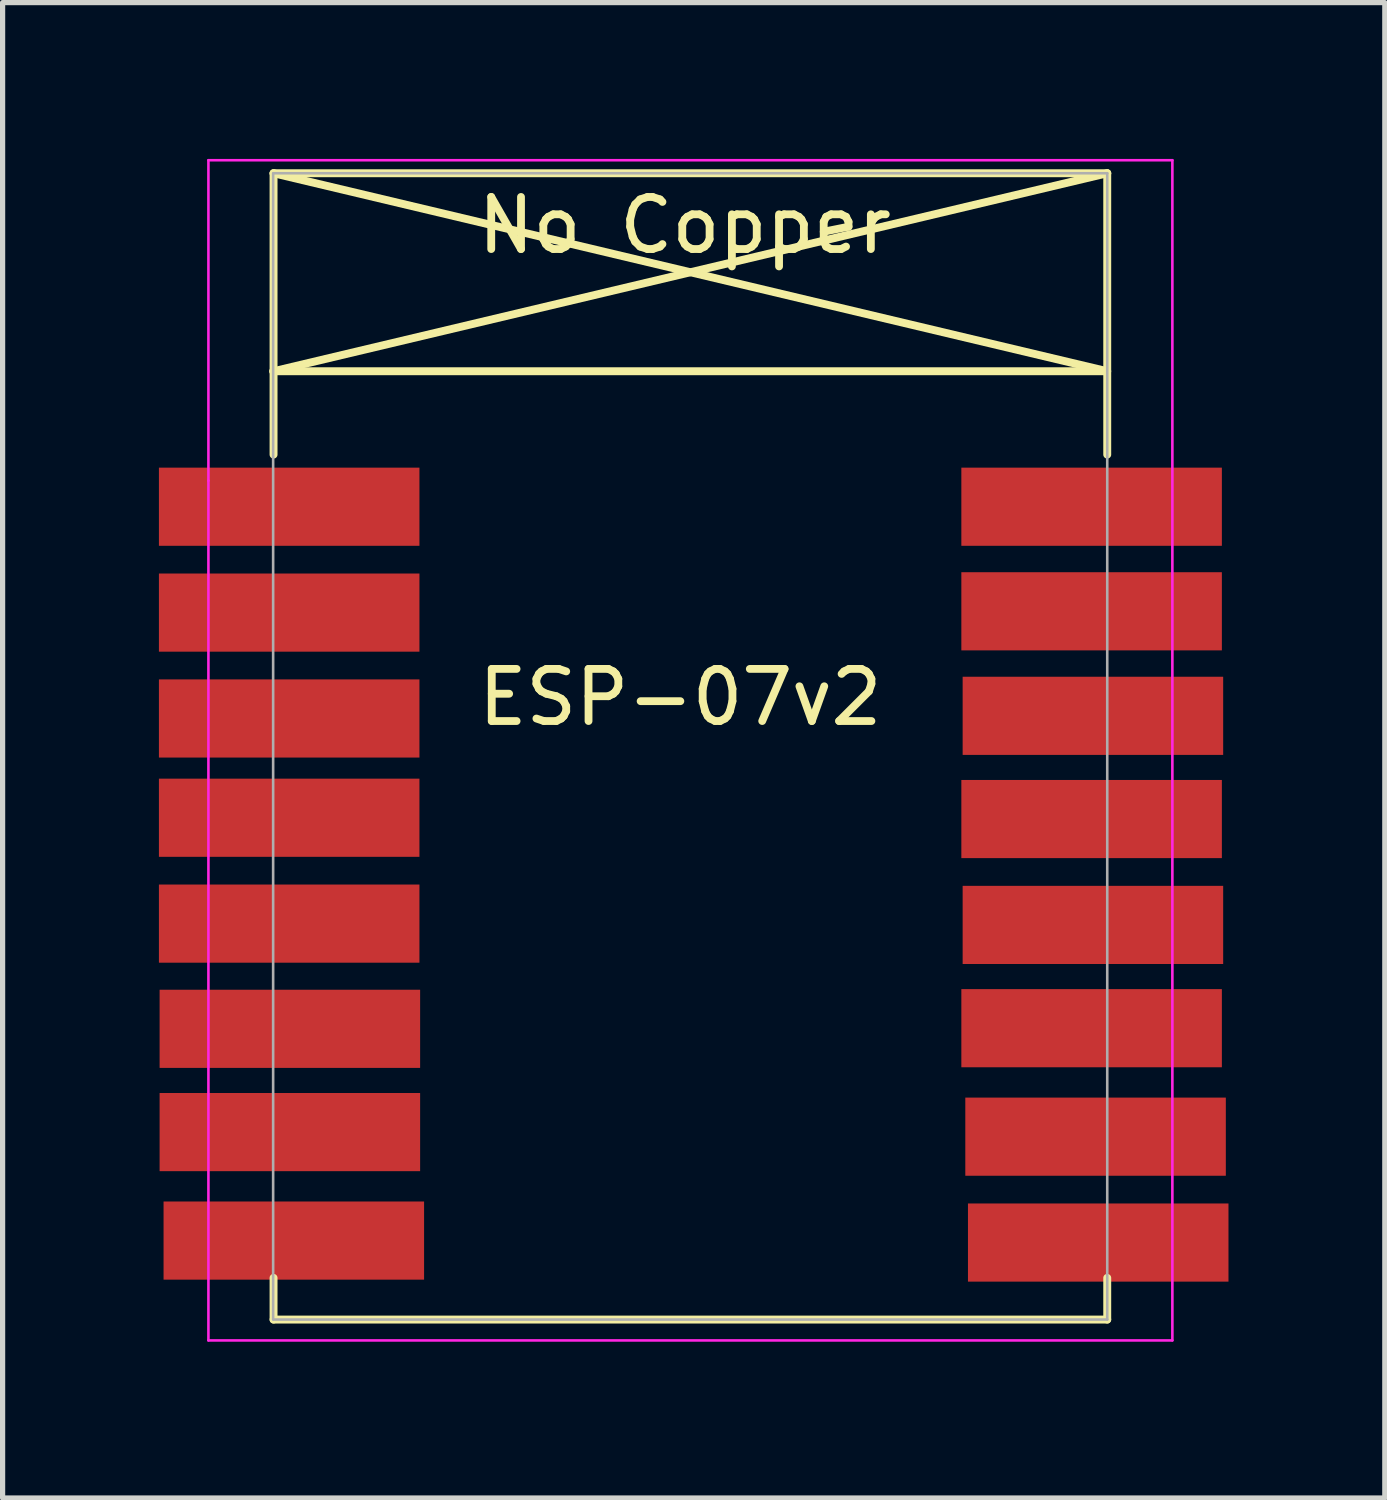
<source format=kicad_pcb>
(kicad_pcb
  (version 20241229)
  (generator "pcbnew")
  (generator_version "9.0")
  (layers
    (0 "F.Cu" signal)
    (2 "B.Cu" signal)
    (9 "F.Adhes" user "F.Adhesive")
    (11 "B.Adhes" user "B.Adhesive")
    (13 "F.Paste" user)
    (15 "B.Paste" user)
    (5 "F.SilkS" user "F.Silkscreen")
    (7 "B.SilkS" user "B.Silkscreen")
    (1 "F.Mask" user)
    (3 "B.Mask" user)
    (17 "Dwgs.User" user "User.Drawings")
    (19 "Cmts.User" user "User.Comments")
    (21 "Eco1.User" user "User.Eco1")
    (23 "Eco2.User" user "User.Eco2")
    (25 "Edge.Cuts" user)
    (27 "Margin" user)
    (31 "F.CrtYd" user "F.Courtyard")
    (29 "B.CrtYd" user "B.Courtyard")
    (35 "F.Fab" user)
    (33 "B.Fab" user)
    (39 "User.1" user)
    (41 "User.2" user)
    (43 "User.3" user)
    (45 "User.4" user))
  (footprint "ESP-07v2"
    (layer "F.Cu")
    (at 3.2 6.675)
    (property "Reference" "ESP-07v2" (at 6.807 3.658 180) (layer "F.SilkS") (effects (font (size 1 1) (thickness 0.15))))
    (attr through_hole)
    (fp_line (start -1.008 -2.6) (end 14.992 -2.6) (stroke (width 0.152) (type solid)) (layer "F.SilkS"))
    (fp_line (start -1 -6.4) (end -1 -1) (stroke (width 0.152) (type solid)) (layer "F.SilkS"))
    (fp_line (start -1 -6.4) (end 15 -6.4) (stroke (width 0.152) (type solid)) (layer "F.SilkS"))
    (fp_line (start -1 -6.4) (end 15 -2.6) (stroke (width 0.152) (type solid)) (layer "F.SilkS"))
    (fp_line (start -1 14.8) (end -1 15.6) (stroke (width 0.152) (type solid)) (layer "F.SilkS"))
    (fp_line (start -1 15.6) (end 15 15.6) (stroke (width 0.152) (type solid)) (layer "F.SilkS"))
    (fp_line (start 15 -6.4) (end -1 -2.6) (stroke (width 0.152) (type solid)) (layer "F.SilkS"))
    (fp_line (start 15 -6.4) (end 15 -1) (stroke (width 0.152) (type solid)) (layer "F.SilkS"))
    (fp_line (start 15 15.6) (end 15 14.8) (stroke (width 0.152) (type solid)) (layer "F.SilkS"))
    (fp_line (start -2.25 -6.65) (end 16.25 -6.65) (stroke (width 0.05) (type solid)) (layer "F.CrtYd"))
    (fp_line (start -2.25 -0.5) (end -2.25 -6.65) (stroke (width 0.05) (type solid)) (layer "F.CrtYd"))
    (fp_line (start -2.25 16) (end -2.25 -0.5) (stroke (width 0.05) (type solid)) (layer "F.CrtYd"))
    (fp_line (start 16.25 -6.65) (end 16.25 16) (stroke (width 0.05) (type solid)) (layer "F.CrtYd"))
    (fp_line (start 16.25 16) (end -2.25 16) (stroke (width 0.05) (type solid)) (layer "F.CrtYd"))
    (fp_line (start -1.008 15.6) (end -1.008 -6.4) (stroke (width 0.05) (type solid)) (layer "F.Fab"))
    (fp_line (start -1 -6.4) (end 15 -6.4) (stroke (width 0.05) (type solid)) (layer "F.Fab"))
    (fp_line (start 15 -6.4) (end 15 15.6) (stroke (width 0.05) (type solid)) (layer "F.Fab"))
    (fp_line (start 15 15.6) (end -1 15.6) (stroke (width 0.05) (type solid)) (layer "F.Fab"))
    (fp_text user "No Copper" (at 6.892 -5.4 0) (layer "F.SilkS") (effects (font (size 1 1) (thickness 0.15))))
    (pad "1" smd rect (at 0 0) (size 5 1.5) (drill (offset -0.7 0)) (layers "F.Cu" "F.Mask" "F.Paste"))
    (pad "2" smd rect (at 0 2.032) (size 5 1.5) (drill (offset -0.7 0)) (layers "F.Cu" "F.Mask" "F.Paste"))
    (pad "3" smd rect (at 0 4.064) (size 5 1.5) (drill (offset -0.7 0)) (layers "F.Cu" "F.Mask" "F.Paste"))
    (pad "4" smd rect (at 0 5.969) (size 5 1.5) (drill (offset -0.7 0)) (layers "F.Cu" "F.Mask" "F.Paste"))
    (pad "5" smd rect (at 0 8.001) (size 5 1.5) (drill (offset -0.7 0)) (layers "F.Cu" "F.Mask" "F.Paste"))
    (pad "6" smd rect (at 0.013 10.02) (size 5 1.5) (drill (offset -0.7 0)) (layers "F.Cu" "F.Mask" "F.Paste"))
    (pad "7" smd rect (at 0.013 12.002) (size 5 1.5) (drill (offset -0.7 0)) (layers "F.Cu" "F.Mask" "F.Paste"))
    (pad "8" smd rect (at 0.089 14.084) (size 5 1.5) (drill (offset -0.7 0)) (layers "F.Cu" "F.Mask" "F.Paste"))
    (pad "9" smd rect (at 14.127 14.122) (size 5 1.5) (drill (offset 0.7 0)) (layers "F.Cu" "F.Mask" "F.Paste"))
    (pad "10" smd rect (at 14.076 12.09) (size 5 1.5) (drill (offset 0.7 0)) (layers "F.Cu" "F.Mask" "F.Paste"))
    (pad "11" smd rect (at 14 10.008) (size 5 1.5) (drill (offset 0.7 0)) (layers "F.Cu" "F.Mask" "F.Paste"))
    (pad "12" smd rect (at 14.025 8.026) (size 5 1.5) (drill (offset 0.7 0)) (layers "F.Cu" "F.Mask" "F.Paste"))
    (pad "13" smd rect (at 14 5.994) (size 5 1.5) (drill (offset 0.7 0)) (layers "F.Cu" "F.Mask" "F.Paste"))
    (pad "14" smd rect (at 14.025 4.013) (size 5 1.5) (drill (offset 0.7 0)) (layers "F.Cu" "F.Mask" "F.Paste"))
    (pad "15" smd rect (at 14 2.007) (size 5 1.5) (drill (offset 0.7 0)) (layers "F.Cu" "F.Mask" "F.Paste"))
    (pad "16" smd rect (at 14 0) (size 5 1.5) (drill (offset 0.7 0)) (layers "F.Cu" "F.Mask" "F.Paste")))
  (gr_rect
    (start -3 -3)
    (end 23.527 25.7)
    (stroke (width 0.1) (type default))
    (fill no)
    (layer "Edge.Cuts")))
</source>
